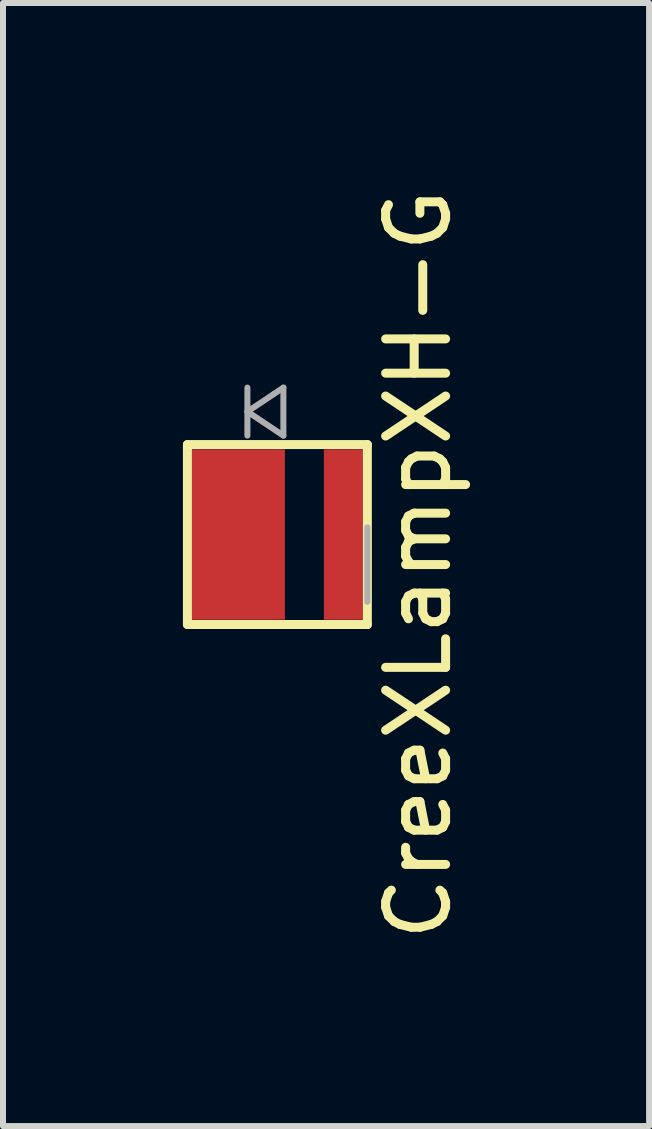
<source format=kicad_pcb>
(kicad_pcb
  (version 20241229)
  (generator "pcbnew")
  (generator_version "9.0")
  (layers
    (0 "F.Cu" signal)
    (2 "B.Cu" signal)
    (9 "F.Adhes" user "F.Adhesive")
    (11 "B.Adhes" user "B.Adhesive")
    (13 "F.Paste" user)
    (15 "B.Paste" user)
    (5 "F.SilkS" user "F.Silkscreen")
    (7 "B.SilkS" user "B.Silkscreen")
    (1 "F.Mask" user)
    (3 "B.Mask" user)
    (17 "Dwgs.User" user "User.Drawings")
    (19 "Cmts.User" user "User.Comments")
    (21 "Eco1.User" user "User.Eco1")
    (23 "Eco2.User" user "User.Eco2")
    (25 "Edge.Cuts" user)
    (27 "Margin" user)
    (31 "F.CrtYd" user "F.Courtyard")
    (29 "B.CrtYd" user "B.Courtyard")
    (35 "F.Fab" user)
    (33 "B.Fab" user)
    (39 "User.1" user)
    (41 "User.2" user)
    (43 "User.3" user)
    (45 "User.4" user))
  (footprint "CreeXLampXH-G"
    (layer "F.Cu")
    (at 2.075 6.363)
    (property "Reference" "CreeXLampXH-G" (at 1.85 0 90) (layer "F.SilkS") (effects (font (size 1 1) (thickness 0.15))))
    (attr smd)
    (fp_line (start -2 -2) (end 1 -2) (stroke (width 0.15) (type solid)) (layer "F.SilkS"))
    (fp_line (start -2 1) (end -2 -2) (stroke (width 0.15) (type solid)) (layer "F.SilkS"))
    (fp_line (start 1 -2) (end 1 1) (stroke (width 0.15) (type solid)) (layer "F.SilkS"))
    (fp_line (start 1 1) (end -2 1) (stroke (width 0.15) (type solid)) (layer "F.SilkS"))
    (fp_line (start -1 -2.95) (end -1 -2.15) (stroke (width 0.1) (type solid)) (layer "F.Fab"))
    (fp_line (start -1 -2.55) (end -0.4 -2.95) (stroke (width 0.1) (type solid)) (layer "F.Fab"))
    (fp_line (start -0.4 -2.95) (end -0.4 -2.15) (stroke (width 0.1) (type solid)) (layer "F.Fab"))
    (fp_line (start -0.4 -2.15) (end -1 -2.55) (stroke (width 0.1) (type solid)) (layer "F.Fab"))
    (fp_line (start 1 -0.62) (end 1 0.62) (stroke (width 0.1) (type solid)) (layer "F.Fab"))
    (pad "1" smd rect (at -1.15 -0.5) (size 1.55 2.84) (layers "F.Cu" "F.Mask" "F.Paste"))
    (pad "2" smd rect (at 0.6 -0.5) (size 0.65 2.84) (layers "F.Cu" "F.Mask" "F.Paste")))
  (gr_rect
    (start -3 -3)
    (end 7.773 15.726)
    (stroke (width 0.1) (type default))
    (fill no)
    (layer "Edge.Cuts")))
</source>
